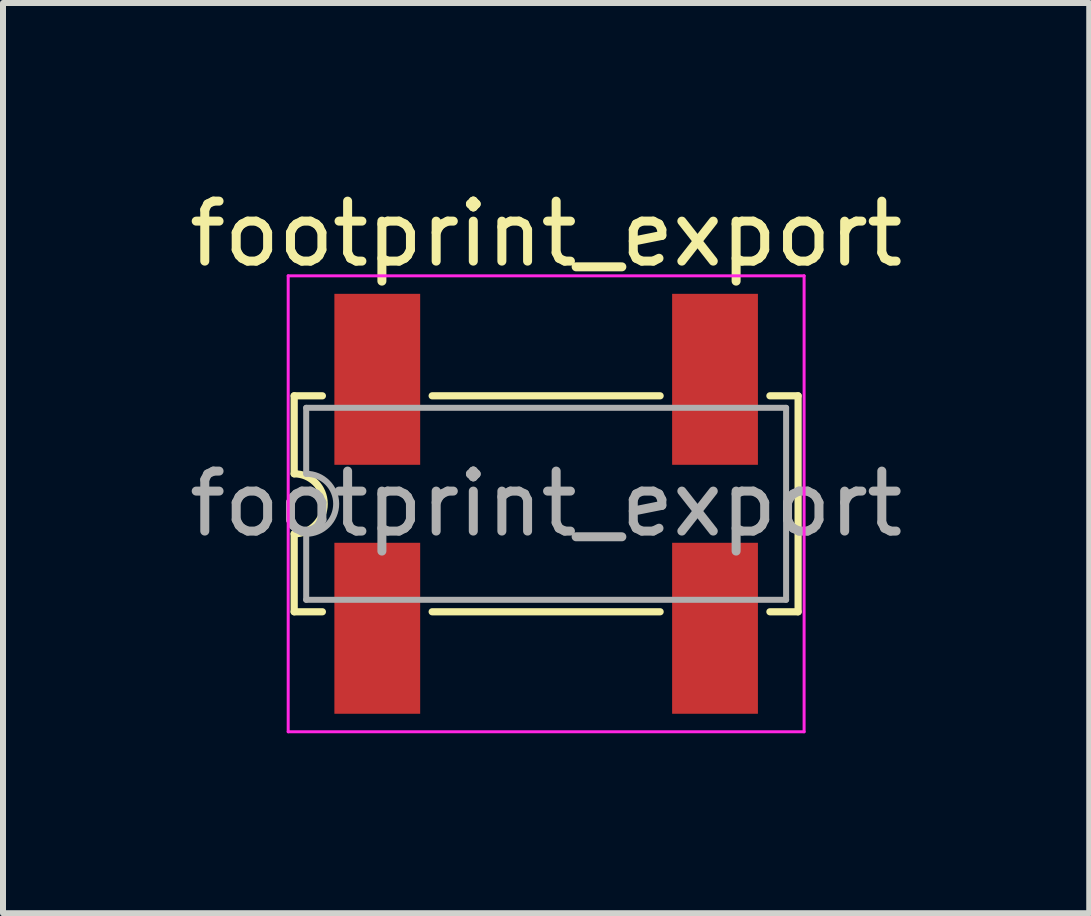
<source format=kicad_pcb>
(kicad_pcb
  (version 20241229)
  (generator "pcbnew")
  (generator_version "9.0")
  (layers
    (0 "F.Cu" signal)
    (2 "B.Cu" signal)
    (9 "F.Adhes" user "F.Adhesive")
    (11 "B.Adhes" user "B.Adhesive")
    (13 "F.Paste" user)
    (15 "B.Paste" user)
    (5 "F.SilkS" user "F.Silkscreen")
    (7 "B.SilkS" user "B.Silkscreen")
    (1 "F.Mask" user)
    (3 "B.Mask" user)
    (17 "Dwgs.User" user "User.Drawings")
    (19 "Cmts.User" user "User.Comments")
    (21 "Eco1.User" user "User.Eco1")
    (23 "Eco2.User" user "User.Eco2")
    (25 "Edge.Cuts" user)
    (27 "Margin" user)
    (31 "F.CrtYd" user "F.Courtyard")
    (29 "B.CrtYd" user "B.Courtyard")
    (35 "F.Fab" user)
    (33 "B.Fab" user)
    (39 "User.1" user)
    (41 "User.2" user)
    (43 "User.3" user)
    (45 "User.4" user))
  (footprint "footprint_export"
    (layer "F.Cu")
    (at 6.054 5.348)
    (property "Reference" "footprint_export" (at 0 -4.5 0) (layer "F.SilkS") (effects (font (size 1 1) (thickness 0.15))))
    (attr smd)
    (fp_line (start -4.2 -1.8) (end -3.73 -1.8) (stroke (width 0.12) (type solid)) (layer "F.SilkS"))
    (fp_line (start -4.2 -0.5) (end -4.2 -1.8) (stroke (width 0.12) (type solid)) (layer "F.SilkS"))
    (fp_line (start -4.2 1.8) (end -4.2 0.5) (stroke (width 0.12) (type solid)) (layer "F.SilkS"))
    (fp_line (start -4.2 1.8) (end -3.73 1.8) (stroke (width 0.12) (type solid)) (layer "F.SilkS"))
    (fp_line (start -1.9 -1.8) (end 1.9 -1.8) (stroke (width 0.12) (type solid)) (layer "F.SilkS"))
    (fp_line (start 1.9 1.8) (end -1.9 1.8) (stroke (width 0.12) (type solid)) (layer "F.SilkS"))
    (fp_line (start 3.73 -1.8) (end 4.2 -1.8) (stroke (width 0.12) (type solid)) (layer "F.SilkS"))
    (fp_line (start 4.2 -1.8) (end 4.2 1.8) (stroke (width 0.12) (type solid)) (layer "F.SilkS"))
    (fp_line (start 4.2 1.8) (end 3.73 1.8) (stroke (width 0.12) (type solid)) (layer "F.SilkS"))
    (fp_arc (start -4.2 -0.5) (mid -3.7 0) (end -4.2 0.5) (stroke (width 0.12) (type solid)) (layer "F.SilkS"))
    (fp_line (start -4.3 -3.8) (end -4.3 3.8) (stroke (width 0.05) (type solid)) (layer "F.CrtYd"))
    (fp_line (start -4.3 3.8) (end 4.3 3.8) (stroke (width 0.05) (type solid)) (layer "F.CrtYd"))
    (fp_line (start 4.3 -3.8) (end -4.3 -3.8) (stroke (width 0.05) (type solid)) (layer "F.CrtYd"))
    (fp_line (start 4.3 3.8) (end 4.3 -3.8) (stroke (width 0.05) (type solid)) (layer "F.CrtYd"))
    (fp_line (start -4 -1.6) (end 4 -1.6) (stroke (width 0.1) (type solid)) (layer "F.Fab"))
    (fp_line (start -4 -0.5) (end -4 -1.6) (stroke (width 0.1) (type solid)) (layer "F.Fab"))
    (fp_line (start -4 1.6) (end -4 0.5) (stroke (width 0.1) (type solid)) (layer "F.Fab"))
    (fp_line (start 4 -1.6) (end 4 1.6) (stroke (width 0.1) (type solid)) (layer "F.Fab"))
    (fp_line (start 4 1.6) (end -4 1.6) (stroke (width 0.1) (type solid)) (layer "F.Fab"))
    (fp_arc (start -4 -0.5) (mid -3.5 0) (end -4 0.5) (stroke (width 0.1) (type solid)) (layer "F.Fab"))
    (fp_text user "${REFERENCE}" (at 0 0 0) (layer "F.Fab") (effects (font (size 1 1) (thickness 0.15))))
    (pad "1" smd rect (at -2.815 2.075) (size 1.43 2.85) (layers "F.Cu" "F.Mask" "F.Paste"))
    (pad "2" smd rect (at 2.815 2.075) (size 1.43 2.85) (layers "F.Cu" "F.Mask" "F.Paste"))
    (pad "3" smd rect (at 2.815 -2.075) (size 1.43 2.85) (layers "F.Cu" "F.Mask" "F.Paste"))
    (pad "4" smd rect (at -2.815 -2.075) (size 1.43 2.85) (layers "F.Cu" "F.Mask" "F.Paste")))
  (gr_rect
    (start -3 -3)
    (end 15.107 12.173)
    (stroke (width 0.1) (type default))
    (fill no)
    (layer "Edge.Cuts")))
</source>
